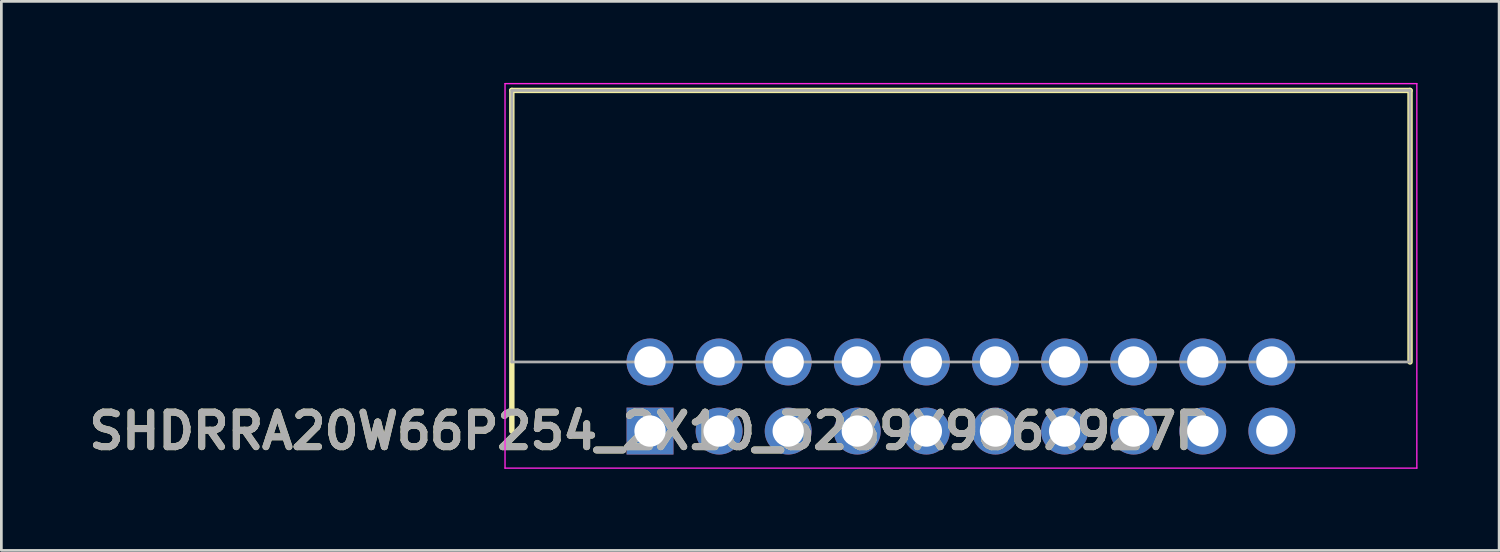
<source format=kicad_pcb>
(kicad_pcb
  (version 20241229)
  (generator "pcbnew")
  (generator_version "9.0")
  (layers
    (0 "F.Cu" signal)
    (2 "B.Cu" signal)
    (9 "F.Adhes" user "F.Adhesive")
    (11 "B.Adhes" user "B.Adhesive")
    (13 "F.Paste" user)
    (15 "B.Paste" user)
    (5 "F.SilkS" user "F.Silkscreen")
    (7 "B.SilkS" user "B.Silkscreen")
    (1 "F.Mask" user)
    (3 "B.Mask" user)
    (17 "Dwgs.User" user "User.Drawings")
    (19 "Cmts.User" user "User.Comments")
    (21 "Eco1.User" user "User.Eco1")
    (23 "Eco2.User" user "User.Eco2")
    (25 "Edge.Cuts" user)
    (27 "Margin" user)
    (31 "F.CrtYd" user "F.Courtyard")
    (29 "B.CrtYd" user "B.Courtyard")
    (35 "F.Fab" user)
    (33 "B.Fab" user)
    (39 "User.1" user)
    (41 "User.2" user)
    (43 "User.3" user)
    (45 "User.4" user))
  (footprint "SHDRRA20W66P254_2X10_3289X986X927P"
    (layer "F.Cu")
    (at 20.846 12.797)
    (property "Reference" "SHDRRA20W66P254_2X10_3289X986X927P" (at 0 0 0) (layer "F.SilkS") (effects (font (size 1.27 1.27) (thickness 0.254))))
    (attr through_hole)
    (fp_line (start -5.08 -12.522) (end 27.94 -12.522) (stroke (width 0.2) (type solid)) (layer "F.SilkS"))
    (fp_line (start -5.08 0) (end -5.08 -12.522) (stroke (width 0.2) (type solid)) (layer "F.SilkS"))
    (fp_line (start 27.94 -12.522) (end 27.94 -2.54) (stroke (width 0.2) (type solid)) (layer "F.SilkS"))
    (fp_line (start -5.33 -12.772) (end -5.33 1.362) (stroke (width 0.05) (type solid)) (layer "F.CrtYd"))
    (fp_line (start -5.33 1.362) (end 28.19 1.362) (stroke (width 0.05) (type solid)) (layer "F.CrtYd"))
    (fp_line (start 28.19 -12.772) (end -5.33 -12.772) (stroke (width 0.05) (type solid)) (layer "F.CrtYd"))
    (fp_line (start 28.19 1.362) (end 28.19 -12.772) (stroke (width 0.05) (type solid)) (layer "F.CrtYd"))
    (fp_line (start -5.08 -12.522) (end 27.94 -12.522) (stroke (width 0.1) (type solid)) (layer "F.Fab"))
    (fp_line (start -5.08 -2.54) (end -5.08 -12.522) (stroke (width 0.1) (type solid)) (layer "F.Fab"))
    (fp_line (start 27.94 -12.522) (end 27.94 -2.54) (stroke (width 0.1) (type solid)) (layer "F.Fab"))
    (fp_line (start 27.94 -2.54) (end -5.08 -2.54) (stroke (width 0.1) (type solid)) (layer "F.Fab"))
    (fp_text user "${REFERENCE}" (at 0 0 0) (layer "F.Fab") (effects (font (size 1.27 1.27) (thickness 0.254))))
    (pad "1" thru_hole rect (at 0 0) (size 1.725 1.725) (drill 1.15) (layers "*.Cu" "*.Mask"))
    (pad "2" thru_hole circle (at 0 -2.54) (size 1.725 1.725) (drill 1.15) (layers "*.Cu" "*.Mask"))
    (pad "3" thru_hole circle (at 2.54 0) (size 1.725 1.725) (drill 1.15) (layers "*.Cu" "*.Mask"))
    (pad "4" thru_hole circle (at 2.54 -2.54) (size 1.725 1.725) (drill 1.15) (layers "*.Cu" "*.Mask"))
    (pad "5" thru_hole circle (at 5.08 0) (size 1.725 1.725) (drill 1.15) (layers "*.Cu" "*.Mask"))
    (pad "6" thru_hole circle (at 5.08 -2.54) (size 1.725 1.725) (drill 1.15) (layers "*.Cu" "*.Mask"))
    (pad "7" thru_hole circle (at 7.62 0) (size 1.725 1.725) (drill 1.15) (layers "*.Cu" "*.Mask"))
    (pad "8" thru_hole circle (at 7.62 -2.54) (size 1.725 1.725) (drill 1.15) (layers "*.Cu" "*.Mask"))
    (pad "9" thru_hole circle (at 10.16 0) (size 1.725 1.725) (drill 1.15) (layers "*.Cu" "*.Mask"))
    (pad "10" thru_hole circle (at 10.16 -2.54) (size 1.725 1.725) (drill 1.15) (layers "*.Cu" "*.Mask"))
    (pad "11" thru_hole circle (at 12.7 0) (size 1.725 1.725) (drill 1.15) (layers "*.Cu" "*.Mask"))
    (pad "12" thru_hole circle (at 12.7 -2.54) (size 1.725 1.725) (drill 1.15) (layers "*.Cu" "*.Mask"))
    (pad "13" thru_hole circle (at 15.24 0) (size 1.725 1.725) (drill 1.15) (layers "*.Cu" "*.Mask"))
    (pad "14" thru_hole circle (at 15.24 -2.54) (size 1.725 1.725) (drill 1.15) (layers "*.Cu" "*.Mask"))
    (pad "15" thru_hole circle (at 17.78 0) (size 1.725 1.725) (drill 1.15) (layers "*.Cu" "*.Mask"))
    (pad "16" thru_hole circle (at 17.78 -2.54) (size 1.725 1.725) (drill 1.15) (layers "*.Cu" "*.Mask"))
    (pad "17" thru_hole circle (at 20.32 0) (size 1.725 1.725) (drill 1.15) (layers "*.Cu" "*.Mask"))
    (pad "18" thru_hole circle (at 20.32 -2.54) (size 1.725 1.725) (drill 1.15) (layers "*.Cu" "*.Mask"))
    (pad "19" thru_hole circle (at 22.86 0) (size 1.725 1.725) (drill 1.15) (layers "*.Cu" "*.Mask"))
    (pad "20" thru_hole circle (at 22.86 -2.54) (size 1.725 1.725) (drill 1.15) (layers "*.Cu" "*.Mask")))
  (gr_rect
    (start -3 -3)
    (end 52.061 17.184)
    (stroke (width 0.1) (type default))
    (fill no)
    (layer "Edge.Cuts")))
</source>
